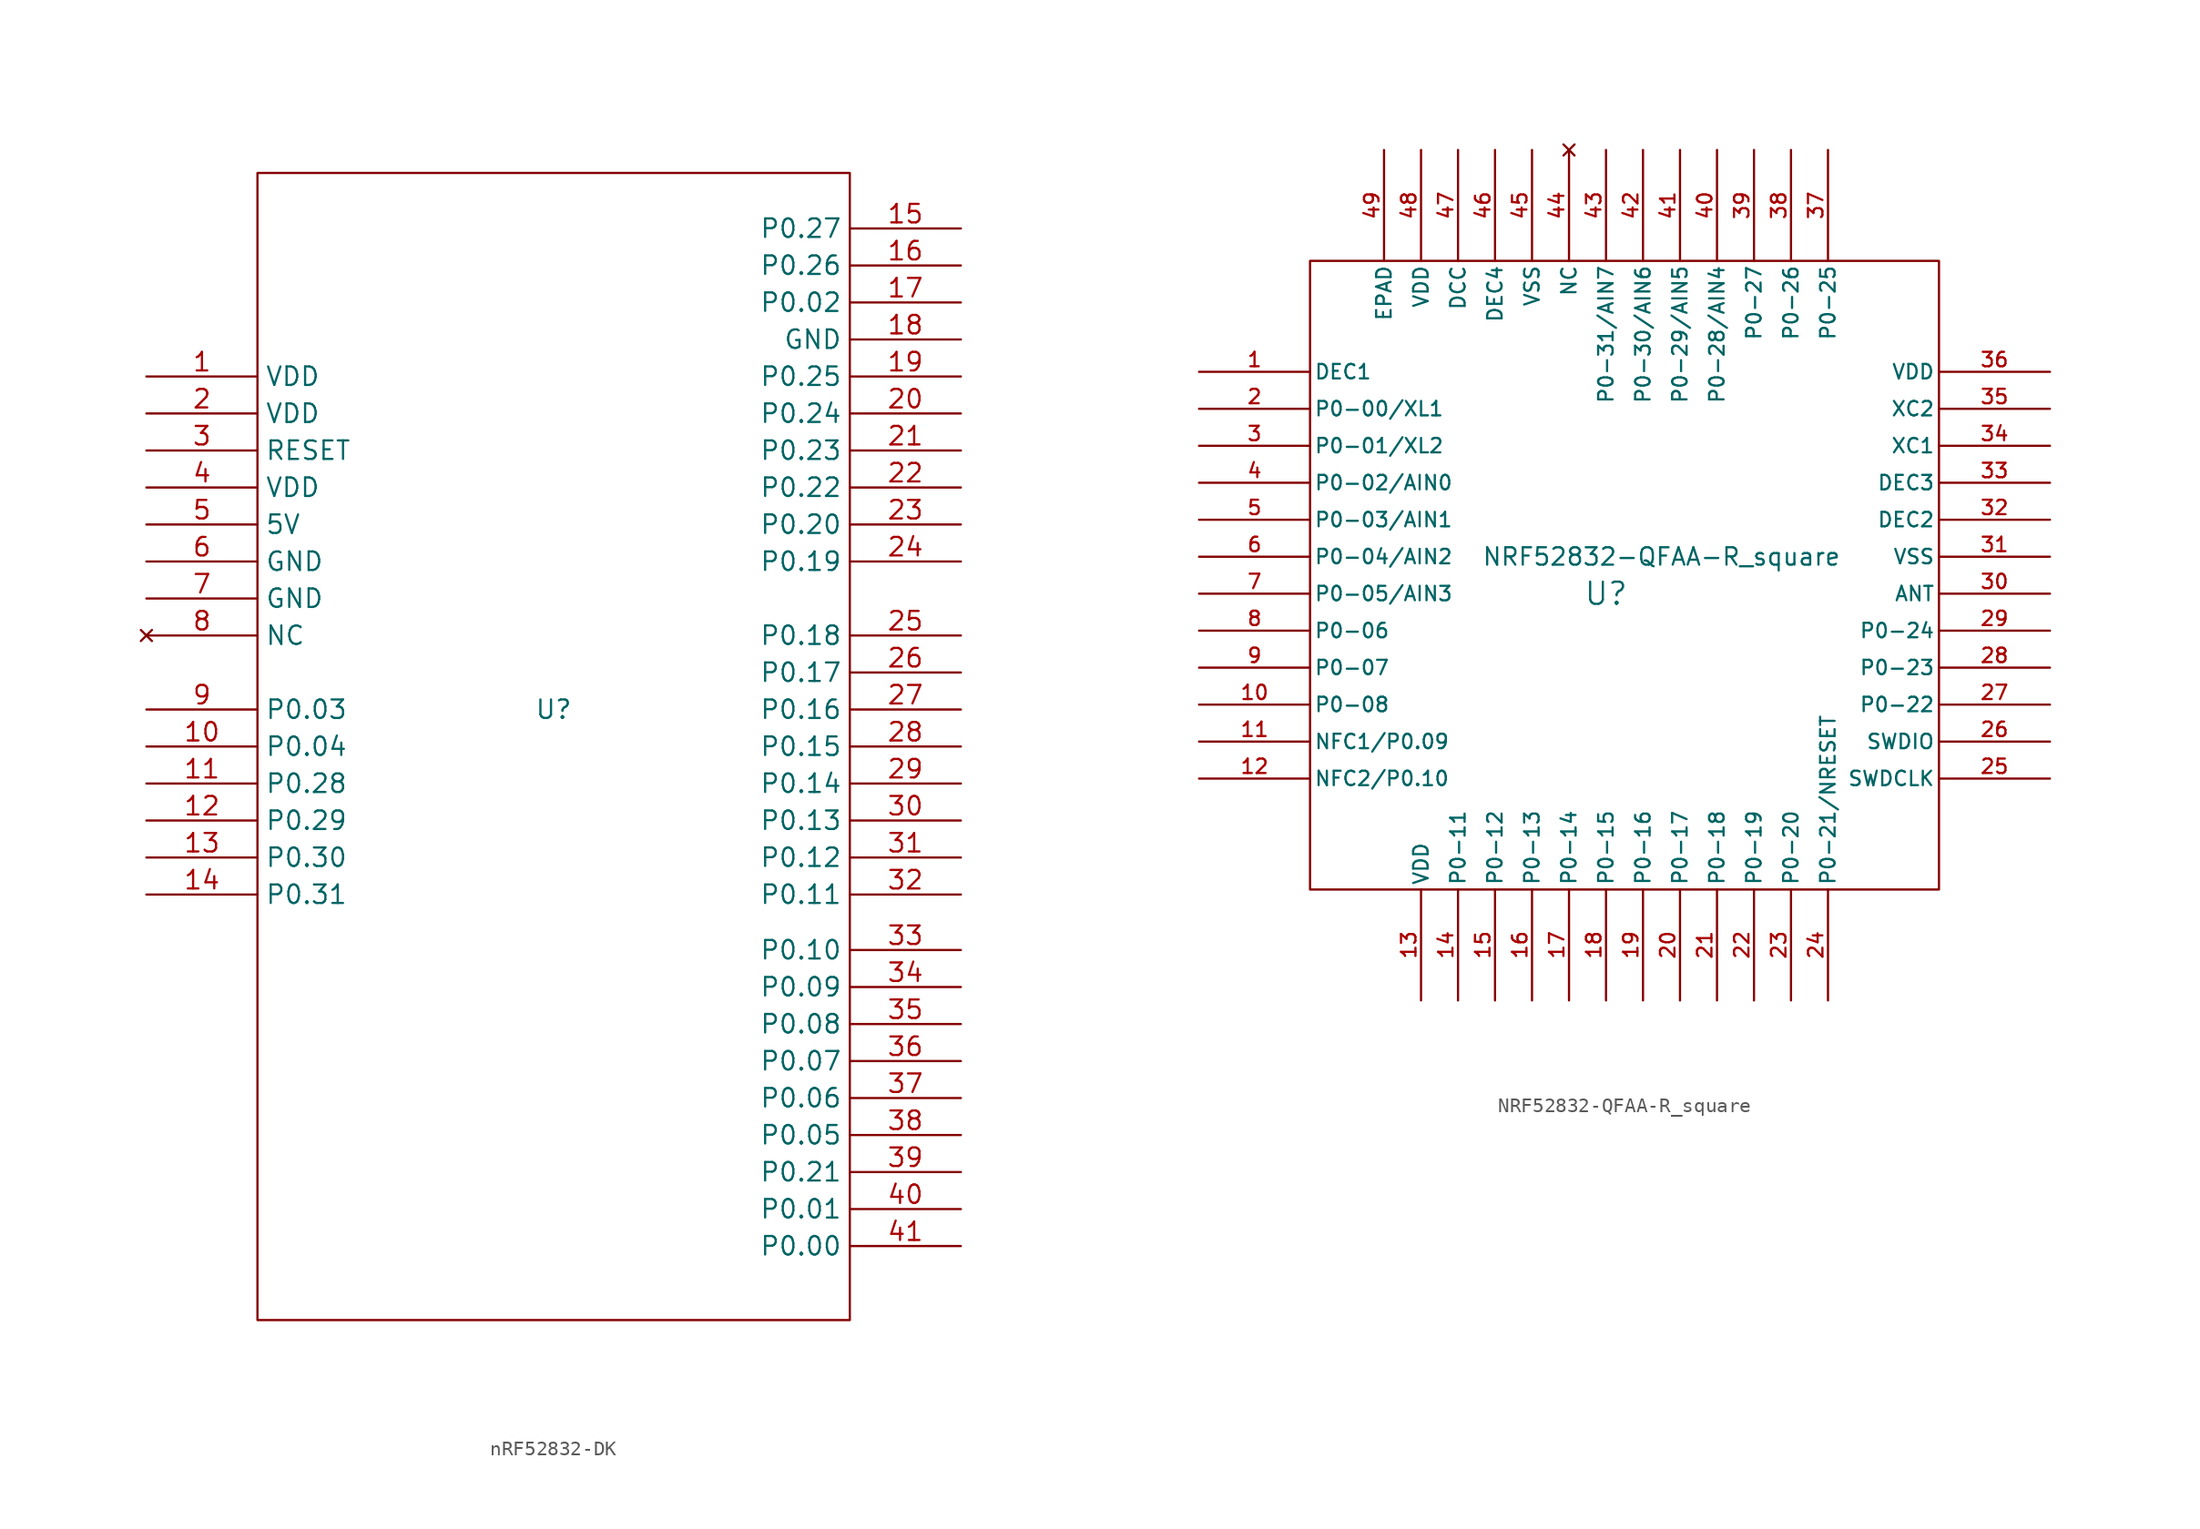
<source format=kicad_sym>
(kicad_symbol_lib
  (version 20220914)
  (generator kicad_symbol_editor)
  (symbol "nRF52832-DK"
    (property "Reference" "U"
      (at 0 0 0)
      (effects (font (size 1.27 1.27))))
    (property "Value" ""
      (at 0 17.78 0)
      (effects (font (size 1.27 1.27))))
    (symbol "nRF52832-DK_0_1"
      (rectangle (start -20.32 36.83) (end 20.32 -41.91) (stroke (width 0) (type default)) (fill (type none))))
    (symbol "nRF52832-DK_1_1"
      (pin power_out line (at -27.94 22.86 0) (length 7.62) (name "VDD" (effects (font (size 1.27 1.27)))) (number "1" (effects (font (size 1.27 1.27)))))
      (pin bidirectional line (at -27.94 -2.54 0) (length 7.62) (name "P0.04" (effects (font (size 1.27 1.27)))) (number "10" (effects (font (size 1.27 1.27)))))
      (pin bidirectional line (at -27.94 -5.08 0) (length 7.62) (name "P0.28" (effects (font (size 1.27 1.27)))) (number "11" (effects (font (size 1.27 1.27)))))
      (pin bidirectional line (at -27.94 -7.62 0) (length 7.62) (name "P0.29" (effects (font (size 1.27 1.27)))) (number "12" (effects (font (size 1.27 1.27)))))
      (pin bidirectional line (at -27.94 -10.16 0) (length 7.62) (name "P0.30" (effects (font (size 1.27 1.27)))) (number "13" (effects (font (size 1.27 1.27)))))
      (pin bidirectional line (at -27.94 -12.7 0) (length 7.62) (name "P0.31" (effects (font (size 1.27 1.27)))) (number "14" (effects (font (size 1.27 1.27)))))
      (pin bidirectional line (at 27.94 33.02 180) (length 7.62) (name "P0.27" (effects (font (size 1.27 1.27)))) (number "15" (effects (font (size 1.27 1.27)))))
      (pin bidirectional line (at 27.94 30.48 180) (length 7.62) (name "P0.26" (effects (font (size 1.27 1.27)))) (number "16" (effects (font (size 1.27 1.27)))))
      (pin bidirectional line (at 27.94 27.94 180) (length 7.62) (name "P0.02" (effects (font (size 1.27 1.27)))) (number "17" (effects (font (size 1.27 1.27)))))
      (pin bidirectional line (at 27.94 25.4 180) (length 7.62) (name "GND" (effects (font (size 1.27 1.27)))) (number "18" (effects (font (size 1.27 1.27)))))
      (pin bidirectional line (at 27.94 22.86 180) (length 7.62) (name "P0.25" (effects (font (size 1.27 1.27)))) (number "19" (effects (font (size 1.27 1.27)))))
      (pin power_out line (at -27.94 20.32 0) (length 7.62) (name "VDD" (effects (font (size 1.27 1.27)))) (number "2" (effects (font (size 1.27 1.27)))))
      (pin bidirectional line (at 27.94 20.32 180) (length 7.62) (name "P0.24" (effects (font (size 1.27 1.27)))) (number "20" (effects (font (size 1.27 1.27)))))
      (pin bidirectional line (at 27.94 17.78 180) (length 7.62) (name "P0.23" (effects (font (size 1.27 1.27)))) (number "21" (effects (font (size 1.27 1.27)))))
      (pin bidirectional line (at 27.94 15.24 180) (length 7.62) (name "P0.22" (effects (font (size 1.27 1.27)))) (number "22" (effects (font (size 1.27 1.27)))))
      (pin bidirectional line (at 27.94 12.7 180) (length 7.62) (name "P0.20" (effects (font (size 1.27 1.27)))) (number "23" (effects (font (size 1.27 1.27)))))
      (pin bidirectional line (at 27.94 10.16 180) (length 7.62) (name "P0.19" (effects (font (size 1.27 1.27)))) (number "24" (effects (font (size 1.27 1.27)))))
      (pin bidirectional line (at 27.94 5.08 180) (length 7.62) (name "P0.18" (effects (font (size 1.27 1.27)))) (number "25" (effects (font (size 1.27 1.27)))))
      (pin bidirectional line (at 27.94 2.54 180) (length 7.62) (name "P0.17" (effects (font (size 1.27 1.27)))) (number "26" (effects (font (size 1.27 1.27)))))
      (pin bidirectional line (at 27.94 0 180) (length 7.62) (name "P0.16" (effects (font (size 1.27 1.27)))) (number "27" (effects (font (size 1.27 1.27)))))
      (pin bidirectional line (at 27.94 -2.54 180) (length 7.62) (name "P0.15" (effects (font (size 1.27 1.27)))) (number "28" (effects (font (size 1.27 1.27)))))
      (pin bidirectional line (at 27.94 -5.08 180) (length 7.62) (name "P0.14" (effects (font (size 1.27 1.27)))) (number "29" (effects (font (size 1.27 1.27)))))
      (pin input line (at -27.94 17.78 0) (length 7.62) (name "RESET" (effects (font (size 1.27 1.27)))) (number "3" (effects (font (size 1.27 1.27)))))
      (pin bidirectional line (at 27.94 -7.62 180) (length 7.62) (name "P0.13" (effects (font (size 1.27 1.27)))) (number "30" (effects (font (size 1.27 1.27)))))
      (pin bidirectional line (at 27.94 -10.16 180) (length 7.62) (name "P0.12" (effects (font (size 1.27 1.27)))) (number "31" (effects (font (size 1.27 1.27)))))
      (pin bidirectional line (at 27.94 -12.7 180) (length 7.62) (name "P0.11" (effects (font (size 1.27 1.27)))) (number "32" (effects (font (size 1.27 1.27)))))
      (pin bidirectional line (at 27.94 -16.51 180) (length 7.62) (name "P0.10" (effects (font (size 1.27 1.27)))) (number "33" (effects (font (size 1.27 1.27)))))
      (pin bidirectional line (at 27.94 -19.05 180) (length 7.62) (name "P0.09" (effects (font (size 1.27 1.27)))) (number "34" (effects (font (size 1.27 1.27)))))
      (pin bidirectional line (at 27.94 -21.59 180) (length 7.62) (name "P0.08" (effects (font (size 1.27 1.27)))) (number "35" (effects (font (size 1.27 1.27)))))
      (pin bidirectional line (at 27.94 -24.13 180) (length 7.62) (name "P0.07" (effects (font (size 1.27 1.27)))) (number "36" (effects (font (size 1.27 1.27)))))
      (pin bidirectional line (at 27.94 -26.67 180) (length 7.62) (name "P0.06" (effects (font (size 1.27 1.27)))) (number "37" (effects (font (size 1.27 1.27)))))
      (pin bidirectional line (at 27.94 -29.21 180) (length 7.62) (name "P0.05" (effects (font (size 1.27 1.27)))) (number "38" (effects (font (size 1.27 1.27)))))
      (pin bidirectional line (at 27.94 -31.75 180) (length 7.62) (name "P0.21" (effects (font (size 1.27 1.27)))) (number "39" (effects (font (size 1.27 1.27)))))
      (pin power_out line (at -27.94 15.24 0) (length 7.62) (name "VDD" (effects (font (size 1.27 1.27)))) (number "4" (effects (font (size 1.27 1.27)))))
      (pin bidirectional line (at 27.94 -34.29 180) (length 7.62) (name "P0.01" (effects (font (size 1.27 1.27)))) (number "40" (effects (font (size 1.27 1.27)))))
      (pin bidirectional line (at 27.94 -36.83 180) (length 7.62) (name "P0.00" (effects (font (size 1.27 1.27)))) (number "41" (effects (font (size 1.27 1.27)))))
      (pin power_out line (at -27.94 12.7 0) (length 7.62) (name "5V" (effects (font (size 1.27 1.27)))) (number "5" (effects (font (size 1.27 1.27)))))
      (pin power_out line (at -27.94 10.16 0) (length 7.62) (name "GND" (effects (font (size 1.27 1.27)))) (number "6" (effects (font (size 1.27 1.27)))))
      (pin power_out line (at -27.94 7.62 0) (length 7.62) (name "GND" (effects (font (size 1.27 1.27)))) (number "7" (effects (font (size 1.27 1.27)))))
      (pin no_connect line (at -27.94 5.08 0) (length 7.62) (name "NC" (effects (font (size 1.27 1.27)))) (number "8" (effects (font (size 1.27 1.27)))))
      (pin bidirectional line (at -27.94 0 0) (length 7.62) (name "P0.03" (effects (font (size 1.27 1.27)))) (number "9" (effects (font (size 1.27 1.27)))))))
  (symbol "NRF52832-QFAA-R_square"
    (pin_names
      (offset 0.254))
    (property "Reference" "U"
      (at -1.27 -1.27 0)
      (effects (font (size 1.524 1.524))))
    (property "Value" "NRF52832-QFAA-R_square"
      (at 2.54 1.27 0)
      (effects (font (size 1.194 1.194))))
    (property "Datasheet" ""
      (at -29.21 13.97 0)
      (effects (font (size 1.524 1.524))))
    (symbol "NRF52832-QFAA-R_square_1_1"
      (rectangle (start -21.59 21.59) (end 21.59 -21.59) (stroke (width 0) (type solid)) (fill (type none)))
      (pin power_in line (at -29.21 13.97 0) (length 7.62) (name "DEC1" (effects (font (size 0.991 0.991)))) (number "1" (effects (font (size 0.991 0.991)))))
      (pin bidirectional line (at -29.21 -8.89 0) (length 7.62) (name "P0-08" (effects (font (size 0.991 0.991)))) (number "10" (effects (font (size 0.991 0.991)))))
      (pin bidirectional line (at -29.21 -11.43 0) (length 7.62) (name "NFC1/P0.09" (effects (font (size 0.991 0.991)))) (number "11" (effects (font (size 0.991 0.991)))))
      (pin bidirectional line (at -29.21 -13.97 0) (length 7.62) (name "NFC2/P0.10" (effects (font (size 0.991 0.991)))) (number "12" (effects (font (size 0.991 0.991)))))
      (pin power_in line (at -13.97 -29.21 90) (length 7.62) (name "VDD" (effects (font (size 0.991 0.991)))) (number "13" (effects (font (size 0.991 0.991)))))
      (pin bidirectional line (at -11.43 -29.21 90) (length 7.62) (name "P0-11" (effects (font (size 0.991 0.991)))) (number "14" (effects (font (size 0.991 0.991)))))
      (pin bidirectional line (at -8.89 -29.21 90) (length 7.62) (name "P0-12" (effects (font (size 0.991 0.991)))) (number "15" (effects (font (size 0.991 0.991)))))
      (pin bidirectional line (at -6.35 -29.21 90) (length 7.62) (name "P0-13" (effects (font (size 0.991 0.991)))) (number "16" (effects (font (size 0.991 0.991)))))
      (pin bidirectional line (at -3.81 -29.21 90) (length 7.62) (name "P0-14" (effects (font (size 0.991 0.991)))) (number "17" (effects (font (size 0.991 0.991)))))
      (pin bidirectional line (at -1.27 -29.21 90) (length 7.62) (name "P0-15" (effects (font (size 0.991 0.991)))) (number "18" (effects (font (size 0.991 0.991)))))
      (pin bidirectional line (at 1.27 -29.21 90) (length 7.62) (name "P0-16" (effects (font (size 0.991 0.991)))) (number "19" (effects (font (size 0.991 0.991)))))
      (pin bidirectional line (at -29.21 11.43 0) (length 7.62) (name "P0-00/XL1" (effects (font (size 0.991 0.991)))) (number "2" (effects (font (size 0.991 0.991)))))
      (pin bidirectional line (at 3.81 -29.21 90) (length 7.62) (name "P0-17" (effects (font (size 0.991 0.991)))) (number "20" (effects (font (size 0.991 0.991)))))
      (pin bidirectional line (at 6.35 -29.21 90) (length 7.62) (name "P0-18" (effects (font (size 0.991 0.991)))) (number "21" (effects (font (size 0.991 0.991)))))
      (pin bidirectional line (at 8.89 -29.21 90) (length 7.62) (name "P0-19" (effects (font (size 0.991 0.991)))) (number "22" (effects (font (size 0.991 0.991)))))
      (pin bidirectional line (at 11.43 -29.21 90) (length 7.62) (name "P0-20" (effects (font (size 0.991 0.991)))) (number "23" (effects (font (size 0.991 0.991)))))
      (pin bidirectional line (at 13.97 -29.21 90) (length 7.62) (name "P0-21/NRESET" (effects (font (size 0.991 0.991)))) (number "24" (effects (font (size 0.991 0.991)))))
      (pin input line (at 29.21 -13.97 180) (length 7.62) (name "SWDCLK" (effects (font (size 0.991 0.991)))) (number "25" (effects (font (size 0.991 0.991)))))
      (pin bidirectional line (at 29.21 -11.43 180) (length 7.62) (name "SWDIO" (effects (font (size 0.991 0.991)))) (number "26" (effects (font (size 0.991 0.991)))))
      (pin bidirectional line (at 29.21 -8.89 180) (length 7.62) (name "P0-22" (effects (font (size 0.991 0.991)))) (number "27" (effects (font (size 0.991 0.991)))))
      (pin bidirectional line (at 29.21 -6.35 180) (length 7.62) (name "P0-23" (effects (font (size 0.991 0.991)))) (number "28" (effects (font (size 0.991 0.991)))))
      (pin bidirectional line (at 29.21 -3.81 180) (length 7.62) (name "P0-24" (effects (font (size 0.991 0.991)))) (number "29" (effects (font (size 0.991 0.991)))))
      (pin bidirectional line (at -29.21 8.89 0) (length 7.62) (name "P0-01/XL2" (effects (font (size 0.991 0.991)))) (number "3" (effects (font (size 0.991 0.991)))))
      (pin unspecified line (at 29.21 -1.27 180) (length 7.62) (name "ANT" (effects (font (size 0.991 0.991)))) (number "30" (effects (font (size 0.991 0.991)))))
      (pin power_in line (at 29.21 1.27 180) (length 7.62) (name "VSS" (effects (font (size 0.991 0.991)))) (number "31" (effects (font (size 0.991 0.991)))))
      (pin power_in line (at 29.21 3.81 180) (length 7.62) (name "DEC2" (effects (font (size 0.991 0.991)))) (number "32" (effects (font (size 0.991 0.991)))))
      (pin power_in line (at 29.21 6.35 180) (length 7.62) (name "DEC3" (effects (font (size 0.991 0.991)))) (number "33" (effects (font (size 0.991 0.991)))))
      (pin input line (at 29.21 8.89 180) (length 7.62) (name "XC1" (effects (font (size 0.991 0.991)))) (number "34" (effects (font (size 0.991 0.991)))))
      (pin input line (at 29.21 11.43 180) (length 7.62) (name "XC2" (effects (font (size 0.991 0.991)))) (number "35" (effects (font (size 0.991 0.991)))))
      (pin power_in line (at 29.21 13.97 180) (length 7.62) (name "VDD" (effects (font (size 0.991 0.991)))) (number "36" (effects (font (size 0.991 0.991)))))
      (pin bidirectional line (at 13.97 29.21 270) (length 7.62) (name "P0-25" (effects (font (size 0.991 0.991)))) (number "37" (effects (font (size 0.991 0.991)))))
      (pin bidirectional line (at 11.43 29.21 270) (length 7.62) (name "P0-26" (effects (font (size 0.991 0.991)))) (number "38" (effects (font (size 0.991 0.991)))))
      (pin bidirectional line (at 8.89 29.21 270) (length 7.62) (name "P0-27" (effects (font (size 0.991 0.991)))) (number "39" (effects (font (size 0.991 0.991)))))
      (pin bidirectional line (at -29.21 6.35 0) (length 7.62) (name "P0-02/AIN0" (effects (font (size 0.991 0.991)))) (number "4" (effects (font (size 0.991 0.991)))))
      (pin bidirectional line (at 6.35 29.21 270) (length 7.62) (name "P0-28/AIN4" (effects (font (size 0.991 0.991)))) (number "40" (effects (font (size 0.991 0.991)))))
      (pin bidirectional line (at 3.81 29.21 270) (length 7.62) (name "P0-29/AIN5" (effects (font (size 0.991 0.991)))) (number "41" (effects (font (size 0.991 0.991)))))
      (pin bidirectional line (at 1.27 29.21 270) (length 7.62) (name "P0-30/AIN6" (effects (font (size 0.991 0.991)))) (number "42" (effects (font (size 0.991 0.991)))))
      (pin bidirectional line (at -1.27 29.21 270) (length 7.62) (name "P0-31/AIN7" (effects (font (size 0.991 0.991)))) (number "43" (effects (font (size 0.991 0.991)))))
      (pin no_connect line (at -3.81 29.21 270) (length 7.62) (name "NC" (effects (font (size 0.991 0.991)))) (number "44" (effects (font (size 0.991 0.991)))))
      (pin power_in line (at -6.35 29.21 270) (length 7.62) (name "VSS" (effects (font (size 0.991 0.991)))) (number "45" (effects (font (size 0.991 0.991)))))
      (pin power_in line (at -8.89 29.21 270) (length 7.62) (name "DEC4" (effects (font (size 0.991 0.991)))) (number "46" (effects (font (size 0.991 0.991)))))
      (pin power_in line (at -11.43 29.21 270) (length 7.62) (name "DCC" (effects (font (size 0.991 0.991)))) (number "47" (effects (font (size 0.991 0.991)))))
      (pin power_in line (at -13.97 29.21 270) (length 7.62) (name "VDD" (effects (font (size 0.991 0.991)))) (number "48" (effects (font (size 0.991 0.991)))))
      (pin unspecified line (at -16.51 29.21 270) (length 7.62) (name "EPAD" (effects (font (size 0.991 0.991)))) (number "49" (effects (font (size 0.991 0.991)))))
      (pin bidirectional line (at -29.21 3.81 0) (length 7.62) (name "P0-03/AIN1" (effects (font (size 0.991 0.991)))) (number "5" (effects (font (size 0.991 0.991)))))
      (pin bidirectional line (at -29.21 1.27 0) (length 7.62) (name "P0-04/AIN2" (effects (font (size 0.991 0.991)))) (number "6" (effects (font (size 0.991 0.991)))))
      (pin bidirectional line (at -29.21 -1.27 0) (length 7.62) (name "P0-05/AIN3" (effects (font (size 0.991 0.991)))) (number "7" (effects (font (size 0.991 0.991)))))
      (pin bidirectional line (at -29.21 -3.81 0) (length 7.62) (name "P0-06" (effects (font (size 0.991 0.991)))) (number "8" (effects (font (size 0.991 0.991)))))
      (pin bidirectional line (at -29.21 -6.35 0) (length 7.62) (name "P0-07" (effects (font (size 0.991 0.991)))) (number "9" (effects (font (size 0.991 0.991))))))))
</source>
